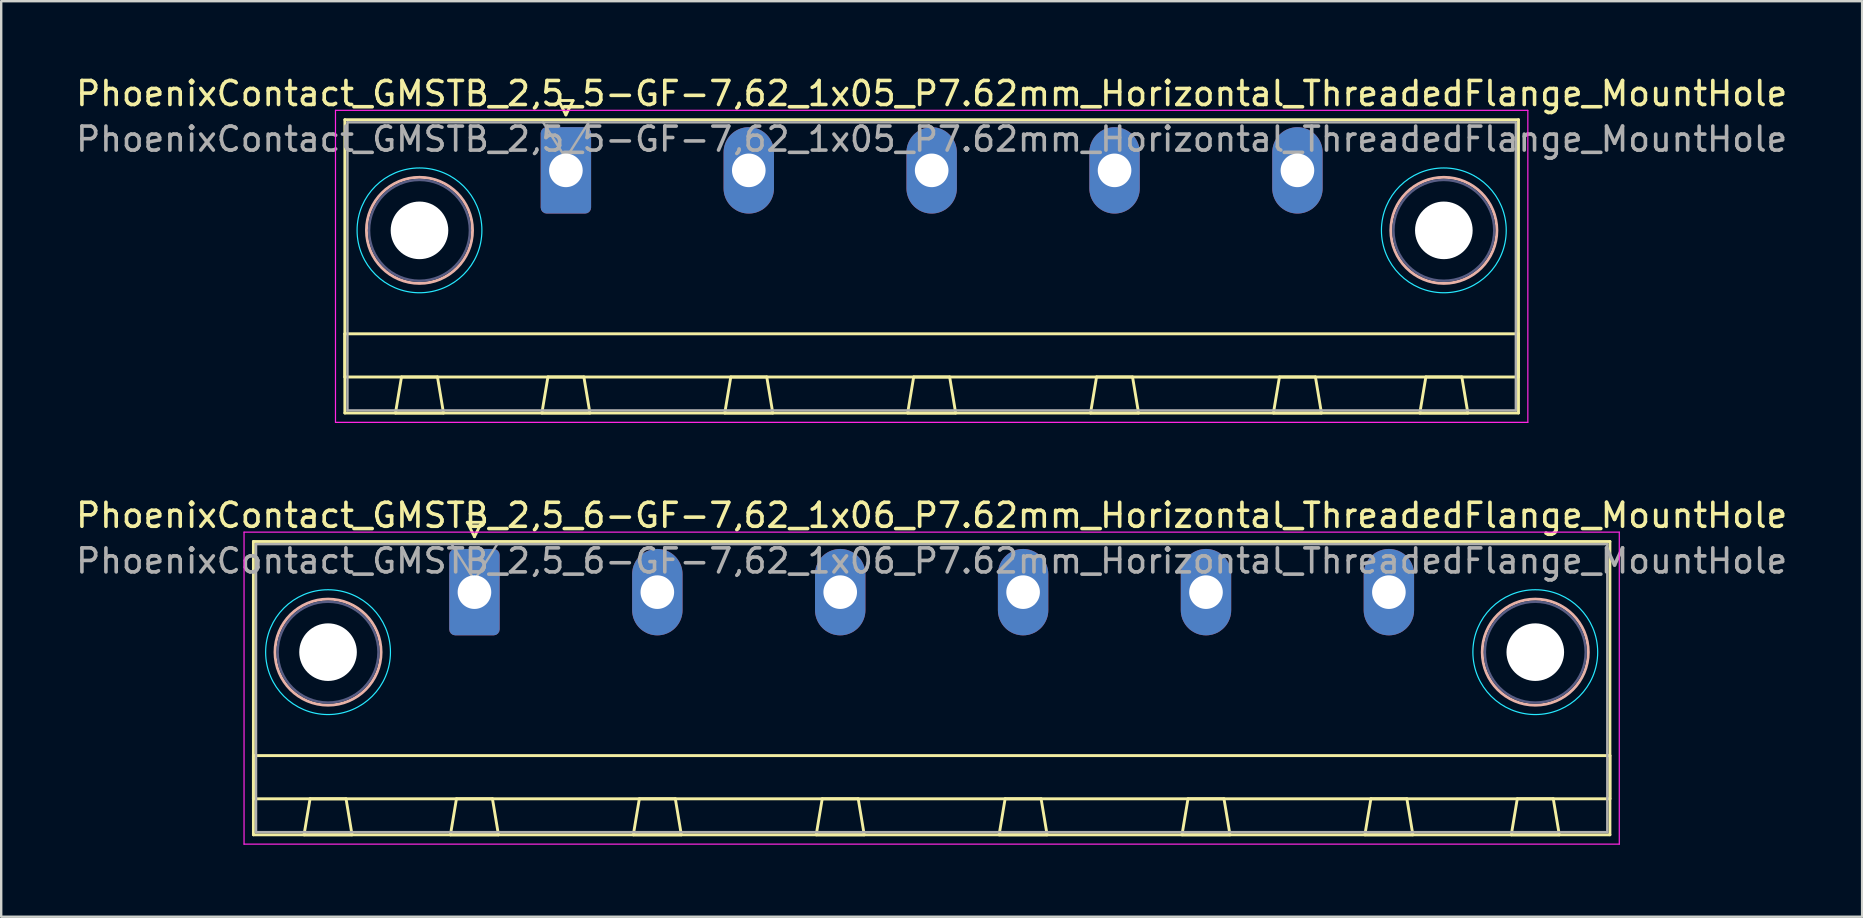
<source format=kicad_pcb>
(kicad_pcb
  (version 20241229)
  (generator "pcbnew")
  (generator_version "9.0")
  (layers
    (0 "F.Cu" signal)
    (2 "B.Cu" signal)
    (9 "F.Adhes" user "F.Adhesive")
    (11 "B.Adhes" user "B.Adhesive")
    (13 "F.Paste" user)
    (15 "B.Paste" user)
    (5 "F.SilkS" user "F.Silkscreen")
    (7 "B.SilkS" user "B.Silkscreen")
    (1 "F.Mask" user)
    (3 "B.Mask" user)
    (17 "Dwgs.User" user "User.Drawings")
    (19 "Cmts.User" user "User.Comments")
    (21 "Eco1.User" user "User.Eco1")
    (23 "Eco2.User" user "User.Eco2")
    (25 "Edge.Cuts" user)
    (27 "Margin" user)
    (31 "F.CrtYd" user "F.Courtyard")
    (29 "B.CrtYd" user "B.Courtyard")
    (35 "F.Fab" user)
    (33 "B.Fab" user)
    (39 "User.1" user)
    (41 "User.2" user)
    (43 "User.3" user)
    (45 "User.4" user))
  (footprint "PhoenixContact_GMSTB_2,5_5-GF-7,62_1x05_P7.62mm_Horizontal_ThreadedFlange_MountHole"
    (layer "F.Cu")
    (at 20.528 4.048)
    (property "Reference" "PhoenixContact_GMSTB_2,5_5-GF-7,62_1x05_P7.62mm_Horizontal_ThreadedFlange_MountHole" (at 15.24 -3.2 0) (layer "F.SilkS") (effects (font (size 1 1) (thickness 0.15))))
    (attr through_hole)
    (fp_line (start -9.21 -2.11) (end -9.21 10.11) (stroke (width 0.12) (type solid)) (layer "F.SilkS"))
    (fp_line (start -9.21 6.81) (end 39.69 6.81) (stroke (width 0.12) (type solid)) (layer "F.SilkS"))
    (fp_line (start -9.21 8.61) (end -9.21 6.81) (stroke (width 0.12) (type solid)) (layer "F.SilkS"))
    (fp_line (start -9.21 10.11) (end 39.69 10.11) (stroke (width 0.12) (type solid)) (layer "F.SilkS"))
    (fp_line (start -7.1 10.11) (end -5.1 10.11) (stroke (width 0.12) (type solid)) (layer "F.SilkS"))
    (fp_line (start -6.85 8.61) (end -7.1 10.11) (stroke (width 0.12) (type solid)) (layer "F.SilkS"))
    (fp_line (start -5.35 8.61) (end -6.85 8.61) (stroke (width 0.12) (type solid)) (layer "F.SilkS"))
    (fp_line (start -5.1 10.11) (end -5.35 8.61) (stroke (width 0.12) (type solid)) (layer "F.SilkS"))
    (fp_line (start -1 10.11) (end 1 10.11) (stroke (width 0.12) (type solid)) (layer "F.SilkS"))
    (fp_line (start -0.75 8.61) (end -1 10.11) (stroke (width 0.12) (type solid)) (layer "F.SilkS"))
    (fp_line (start -0.3 -2.91) (end 0.3 -2.91) (stroke (width 0.12) (type solid)) (layer "F.SilkS"))
    (fp_line (start 0 -2.31) (end -0.3 -2.91) (stroke (width 0.12) (type solid)) (layer "F.SilkS"))
    (fp_line (start 0.3 -2.91) (end 0 -2.31) (stroke (width 0.12) (type solid)) (layer "F.SilkS"))
    (fp_line (start 0.75 8.61) (end -0.75 8.61) (stroke (width 0.12) (type solid)) (layer "F.SilkS"))
    (fp_line (start 1 10.11) (end 0.75 8.61) (stroke (width 0.12) (type solid)) (layer "F.SilkS"))
    (fp_line (start 6.62 10.11) (end 8.62 10.11) (stroke (width 0.12) (type solid)) (layer "F.SilkS"))
    (fp_line (start 6.87 8.61) (end 6.62 10.11) (stroke (width 0.12) (type solid)) (layer "F.SilkS"))
    (fp_line (start 8.37 8.61) (end 6.87 8.61) (stroke (width 0.12) (type solid)) (layer "F.SilkS"))
    (fp_line (start 8.62 10.11) (end 8.37 8.61) (stroke (width 0.12) (type solid)) (layer "F.SilkS"))
    (fp_line (start 14.24 10.11) (end 16.24 10.11) (stroke (width 0.12) (type solid)) (layer "F.SilkS"))
    (fp_line (start 14.49 8.61) (end 14.24 10.11) (stroke (width 0.12) (type solid)) (layer "F.SilkS"))
    (fp_line (start 15.99 8.61) (end 14.49 8.61) (stroke (width 0.12) (type solid)) (layer "F.SilkS"))
    (fp_line (start 16.24 10.11) (end 15.99 8.61) (stroke (width 0.12) (type solid)) (layer "F.SilkS"))
    (fp_line (start 21.86 10.11) (end 23.86 10.11) (stroke (width 0.12) (type solid)) (layer "F.SilkS"))
    (fp_line (start 22.11 8.61) (end 21.86 10.11) (stroke (width 0.12) (type solid)) (layer "F.SilkS"))
    (fp_line (start 23.61 8.61) (end 22.11 8.61) (stroke (width 0.12) (type solid)) (layer "F.SilkS"))
    (fp_line (start 23.86 10.11) (end 23.61 8.61) (stroke (width 0.12) (type solid)) (layer "F.SilkS"))
    (fp_line (start 29.48 10.11) (end 31.48 10.11) (stroke (width 0.12) (type solid)) (layer "F.SilkS"))
    (fp_line (start 29.73 8.61) (end 29.48 10.11) (stroke (width 0.12) (type solid)) (layer "F.SilkS"))
    (fp_line (start 31.23 8.61) (end 29.73 8.61) (stroke (width 0.12) (type solid)) (layer "F.SilkS"))
    (fp_line (start 31.48 10.11) (end 31.23 8.61) (stroke (width 0.12) (type solid)) (layer "F.SilkS"))
    (fp_line (start 35.58 10.11) (end 37.58 10.11) (stroke (width 0.12) (type solid)) (layer "F.SilkS"))
    (fp_line (start 35.83 8.61) (end 35.58 10.11) (stroke (width 0.12) (type solid)) (layer "F.SilkS"))
    (fp_line (start 37.33 8.61) (end 35.83 8.61) (stroke (width 0.12) (type solid)) (layer "F.SilkS"))
    (fp_line (start 37.58 10.11) (end 37.33 8.61) (stroke (width 0.12) (type solid)) (layer "F.SilkS"))
    (fp_line (start 39.69 -2.11) (end -9.21 -2.11) (stroke (width 0.12) (type solid)) (layer "F.SilkS"))
    (fp_line (start 39.69 6.81) (end 39.69 8.61) (stroke (width 0.12) (type solid)) (layer "F.SilkS"))
    (fp_line (start 39.69 8.61) (end -9.21 8.61) (stroke (width 0.12) (type solid)) (layer "F.SilkS"))
    (fp_line (start 39.69 10.11) (end 39.69 -2.11) (stroke (width 0.12) (type solid)) (layer "F.SilkS"))
    (fp_circle (center -6.1 2.5) (end -3.89 2.5) (stroke (width 0.12) (type solid)) (fill no) (layer "B.SilkS"))
    (fp_circle (center 36.58 2.5) (end 38.79 2.5) (stroke (width 0.12) (type solid)) (fill no) (layer "B.SilkS"))
    (fp_circle (center -6.1 2.5) (end -3.5 2.5) (stroke (width 0.05) (type solid)) (fill no) (layer "B.CrtYd"))
    (fp_circle (center 36.58 2.5) (end 39.18 2.5) (stroke (width 0.05) (type solid)) (fill no) (layer "B.CrtYd"))
    (fp_line (start -9.6 -2.5) (end -9.6 10.5) (stroke (width 0.05) (type solid)) (layer "F.CrtYd"))
    (fp_line (start -9.6 10.5) (end 40.08 10.5) (stroke (width 0.05) (type solid)) (layer "F.CrtYd"))
    (fp_line (start 40.08 -2.5) (end -9.6 -2.5) (stroke (width 0.05) (type solid)) (layer "F.CrtYd"))
    (fp_line (start 40.08 10.5) (end 40.08 -2.5) (stroke (width 0.05) (type solid)) (layer "F.CrtYd"))
    (fp_circle (center -6.1 2.5) (end -4 2.5) (stroke (width 0.1) (type solid)) (fill no) (layer "B.Fab"))
    (fp_circle (center 36.58 2.5) (end 38.68 2.5) (stroke (width 0.1) (type solid)) (fill no) (layer "B.Fab"))
    (fp_line (start -9.1 -2) (end -9.1 10) (stroke (width 0.1) (type solid)) (layer "F.Fab"))
    (fp_line (start -9.1 10) (end 39.58 10) (stroke (width 0.1) (type solid)) (layer "F.Fab"))
    (fp_line (start 0 -0.5) (end -0.95 -2) (stroke (width 0.1) (type solid)) (layer "F.Fab"))
    (fp_line (start 0.95 -2) (end 0 -0.5) (stroke (width 0.1) (type solid)) (layer "F.Fab"))
    (fp_line (start 39.58 -2) (end -9.1 -2) (stroke (width 0.1) (type solid)) (layer "F.Fab"))
    (fp_line (start 39.58 10) (end 39.58 -2) (stroke (width 0.1) (type solid)) (layer "F.Fab"))
    (fp_text user "${REFERENCE}" (at 15.24 -1.3 0) (layer "F.Fab") (effects (font (size 1 1) (thickness 0.15))))
    (pad "" np_thru_hole circle (at -6.1 2.5) (size 2.4 2.4) (drill 2.4) (layers "*.Cu" "*.Mask"))
    (pad "" np_thru_hole circle (at 36.58 2.5) (size 2.4 2.4) (drill 2.4) (layers "*.Cu" "*.Mask"))
    (pad "1" thru_hole roundrect (at 0 0) (size 2.1 3.6) (drill 1.4) (layers "*.Cu" "*.Mask") (roundrect_rratio 0.119))
    (pad "2" thru_hole oval (at 7.62 0) (size 2.1 3.6) (drill 1.4) (layers "*.Cu" "*.Mask"))
    (pad "3" thru_hole oval (at 15.24 0) (size 2.1 3.6) (drill 1.4) (layers "*.Cu" "*.Mask"))
    (pad "4" thru_hole oval (at 22.86 0) (size 2.1 3.6) (drill 1.4) (layers "*.Cu" "*.Mask"))
    (pad "5" thru_hole oval (at 30.48 0) (size 2.1 3.6) (drill 1.4) (layers "*.Cu" "*.Mask")))
  (footprint "PhoenixContact_GMSTB_2,5_6-GF-7,62_1x06_P7.62mm_Horizontal_ThreadedFlange_MountHole"
    (layer "F.Cu")
    (at 16.718 21.622)
    (property "Reference" "PhoenixContact_GMSTB_2,5_6-GF-7,62_1x06_P7.62mm_Horizontal_ThreadedFlange_MountHole" (at 19.05 -3.2 0) (layer "F.SilkS") (effects (font (size 1 1) (thickness 0.15))))
    (attr through_hole)
    (fp_line (start -9.21 -2.11) (end -9.21 10.11) (stroke (width 0.12) (type solid)) (layer "F.SilkS"))
    (fp_line (start -9.21 6.81) (end 47.31 6.81) (stroke (width 0.12) (type solid)) (layer "F.SilkS"))
    (fp_line (start -9.21 8.61) (end -9.21 6.81) (stroke (width 0.12) (type solid)) (layer "F.SilkS"))
    (fp_line (start -9.21 10.11) (end 47.31 10.11) (stroke (width 0.12) (type solid)) (layer "F.SilkS"))
    (fp_line (start -7.1 10.11) (end -5.1 10.11) (stroke (width 0.12) (type solid)) (layer "F.SilkS"))
    (fp_line (start -6.85 8.61) (end -7.1 10.11) (stroke (width 0.12) (type solid)) (layer "F.SilkS"))
    (fp_line (start -5.35 8.61) (end -6.85 8.61) (stroke (width 0.12) (type solid)) (layer "F.SilkS"))
    (fp_line (start -5.1 10.11) (end -5.35 8.61) (stroke (width 0.12) (type solid)) (layer "F.SilkS"))
    (fp_line (start -1 10.11) (end 1 10.11) (stroke (width 0.12) (type solid)) (layer "F.SilkS"))
    (fp_line (start -0.75 8.61) (end -1 10.11) (stroke (width 0.12) (type solid)) (layer "F.SilkS"))
    (fp_line (start -0.3 -2.91) (end 0.3 -2.91) (stroke (width 0.12) (type solid)) (layer "F.SilkS"))
    (fp_line (start 0 -2.31) (end -0.3 -2.91) (stroke (width 0.12) (type solid)) (layer "F.SilkS"))
    (fp_line (start 0.3 -2.91) (end 0 -2.31) (stroke (width 0.12) (type solid)) (layer "F.SilkS"))
    (fp_line (start 0.75 8.61) (end -0.75 8.61) (stroke (width 0.12) (type solid)) (layer "F.SilkS"))
    (fp_line (start 1 10.11) (end 0.75 8.61) (stroke (width 0.12) (type solid)) (layer "F.SilkS"))
    (fp_line (start 6.62 10.11) (end 8.62 10.11) (stroke (width 0.12) (type solid)) (layer "F.SilkS"))
    (fp_line (start 6.87 8.61) (end 6.62 10.11) (stroke (width 0.12) (type solid)) (layer "F.SilkS"))
    (fp_line (start 8.37 8.61) (end 6.87 8.61) (stroke (width 0.12) (type solid)) (layer "F.SilkS"))
    (fp_line (start 8.62 10.11) (end 8.37 8.61) (stroke (width 0.12) (type solid)) (layer "F.SilkS"))
    (fp_line (start 14.24 10.11) (end 16.24 10.11) (stroke (width 0.12) (type solid)) (layer "F.SilkS"))
    (fp_line (start 14.49 8.61) (end 14.24 10.11) (stroke (width 0.12) (type solid)) (layer "F.SilkS"))
    (fp_line (start 15.99 8.61) (end 14.49 8.61) (stroke (width 0.12) (type solid)) (layer "F.SilkS"))
    (fp_line (start 16.24 10.11) (end 15.99 8.61) (stroke (width 0.12) (type solid)) (layer "F.SilkS"))
    (fp_line (start 21.86 10.11) (end 23.86 10.11) (stroke (width 0.12) (type solid)) (layer "F.SilkS"))
    (fp_line (start 22.11 8.61) (end 21.86 10.11) (stroke (width 0.12) (type solid)) (layer "F.SilkS"))
    (fp_line (start 23.61 8.61) (end 22.11 8.61) (stroke (width 0.12) (type solid)) (layer "F.SilkS"))
    (fp_line (start 23.86 10.11) (end 23.61 8.61) (stroke (width 0.12) (type solid)) (layer "F.SilkS"))
    (fp_line (start 29.48 10.11) (end 31.48 10.11) (stroke (width 0.12) (type solid)) (layer "F.SilkS"))
    (fp_line (start 29.73 8.61) (end 29.48 10.11) (stroke (width 0.12) (type solid)) (layer "F.SilkS"))
    (fp_line (start 31.23 8.61) (end 29.73 8.61) (stroke (width 0.12) (type solid)) (layer "F.SilkS"))
    (fp_line (start 31.48 10.11) (end 31.23 8.61) (stroke (width 0.12) (type solid)) (layer "F.SilkS"))
    (fp_line (start 37.1 10.11) (end 39.1 10.11) (stroke (width 0.12) (type solid)) (layer "F.SilkS"))
    (fp_line (start 37.35 8.61) (end 37.1 10.11) (stroke (width 0.12) (type solid)) (layer "F.SilkS"))
    (fp_line (start 38.85 8.61) (end 37.35 8.61) (stroke (width 0.12) (type solid)) (layer "F.SilkS"))
    (fp_line (start 39.1 10.11) (end 38.85 8.61) (stroke (width 0.12) (type solid)) (layer "F.SilkS"))
    (fp_line (start 43.2 10.11) (end 45.2 10.11) (stroke (width 0.12) (type solid)) (layer "F.SilkS"))
    (fp_line (start 43.45 8.61) (end 43.2 10.11) (stroke (width 0.12) (type solid)) (layer "F.SilkS"))
    (fp_line (start 44.95 8.61) (end 43.45 8.61) (stroke (width 0.12) (type solid)) (layer "F.SilkS"))
    (fp_line (start 45.2 10.11) (end 44.95 8.61) (stroke (width 0.12) (type solid)) (layer "F.SilkS"))
    (fp_line (start 47.31 -2.11) (end -9.21 -2.11) (stroke (width 0.12) (type solid)) (layer "F.SilkS"))
    (fp_line (start 47.31 6.81) (end 47.31 8.61) (stroke (width 0.12) (type solid)) (layer "F.SilkS"))
    (fp_line (start 47.31 8.61) (end -9.21 8.61) (stroke (width 0.12) (type solid)) (layer "F.SilkS"))
    (fp_line (start 47.31 10.11) (end 47.31 -2.11) (stroke (width 0.12) (type solid)) (layer "F.SilkS"))
    (fp_circle (center -6.1 2.5) (end -3.89 2.5) (stroke (width 0.12) (type solid)) (fill no) (layer "B.SilkS"))
    (fp_circle (center 44.2 2.5) (end 46.41 2.5) (stroke (width 0.12) (type solid)) (fill no) (layer "B.SilkS"))
    (fp_circle (center -6.1 2.5) (end -3.5 2.5) (stroke (width 0.05) (type solid)) (fill no) (layer "B.CrtYd"))
    (fp_circle (center 44.2 2.5) (end 46.8 2.5) (stroke (width 0.05) (type solid)) (fill no) (layer "B.CrtYd"))
    (fp_line (start -9.6 -2.5) (end -9.6 10.5) (stroke (width 0.05) (type solid)) (layer "F.CrtYd"))
    (fp_line (start -9.6 10.5) (end 47.7 10.5) (stroke (width 0.05) (type solid)) (layer "F.CrtYd"))
    (fp_line (start 47.7 -2.5) (end -9.6 -2.5) (stroke (width 0.05) (type solid)) (layer "F.CrtYd"))
    (fp_line (start 47.7 10.5) (end 47.7 -2.5) (stroke (width 0.05) (type solid)) (layer "F.CrtYd"))
    (fp_circle (center -6.1 2.5) (end -4 2.5) (stroke (width 0.1) (type solid)) (fill no) (layer "B.Fab"))
    (fp_circle (center 44.2 2.5) (end 46.3 2.5) (stroke (width 0.1) (type solid)) (fill no) (layer "B.Fab"))
    (fp_line (start -9.1 -2) (end -9.1 10) (stroke (width 0.1) (type solid)) (layer "F.Fab"))
    (fp_line (start -9.1 10) (end 47.2 10) (stroke (width 0.1) (type solid)) (layer "F.Fab"))
    (fp_line (start 0 -0.5) (end -0.95 -2) (stroke (width 0.1) (type solid)) (layer "F.Fab"))
    (fp_line (start 0.95 -2) (end 0 -0.5) (stroke (width 0.1) (type solid)) (layer "F.Fab"))
    (fp_line (start 47.2 -2) (end -9.1 -2) (stroke (width 0.1) (type solid)) (layer "F.Fab"))
    (fp_line (start 47.2 10) (end 47.2 -2) (stroke (width 0.1) (type solid)) (layer "F.Fab"))
    (fp_text user "${REFERENCE}" (at 19.05 -1.3 0) (layer "F.Fab") (effects (font (size 1 1) (thickness 0.15))))
    (pad "" np_thru_hole circle (at -6.1 2.5) (size 2.4 2.4) (drill 2.4) (layers "*.Cu" "*.Mask"))
    (pad "" np_thru_hole circle (at 44.2 2.5) (size 2.4 2.4) (drill 2.4) (layers "*.Cu" "*.Mask"))
    (pad "1" thru_hole roundrect (at 0 0) (size 2.1 3.6) (drill 1.4) (layers "*.Cu" "*.Mask") (roundrect_rratio 0.119))
    (pad "2" thru_hole oval (at 7.62 0) (size 2.1 3.6) (drill 1.4) (layers "*.Cu" "*.Mask"))
    (pad "3" thru_hole oval (at 15.24 0) (size 2.1 3.6) (drill 1.4) (layers "*.Cu" "*.Mask"))
    (pad "4" thru_hole oval (at 22.86 0) (size 2.1 3.6) (drill 1.4) (layers "*.Cu" "*.Mask"))
    (pad "5" thru_hole oval (at 30.48 0) (size 2.1 3.6) (drill 1.4) (layers "*.Cu" "*.Mask"))
    (pad "6" thru_hole oval (at 38.1 0) (size 2.1 3.6) (drill 1.4) (layers "*.Cu" "*.Mask")))
  (gr_rect
    (start -3 -3)
    (end 74.536 35.147)
    (stroke (width 0.1) (type default))
    (fill no)
    (layer "Edge.Cuts")))
</source>
